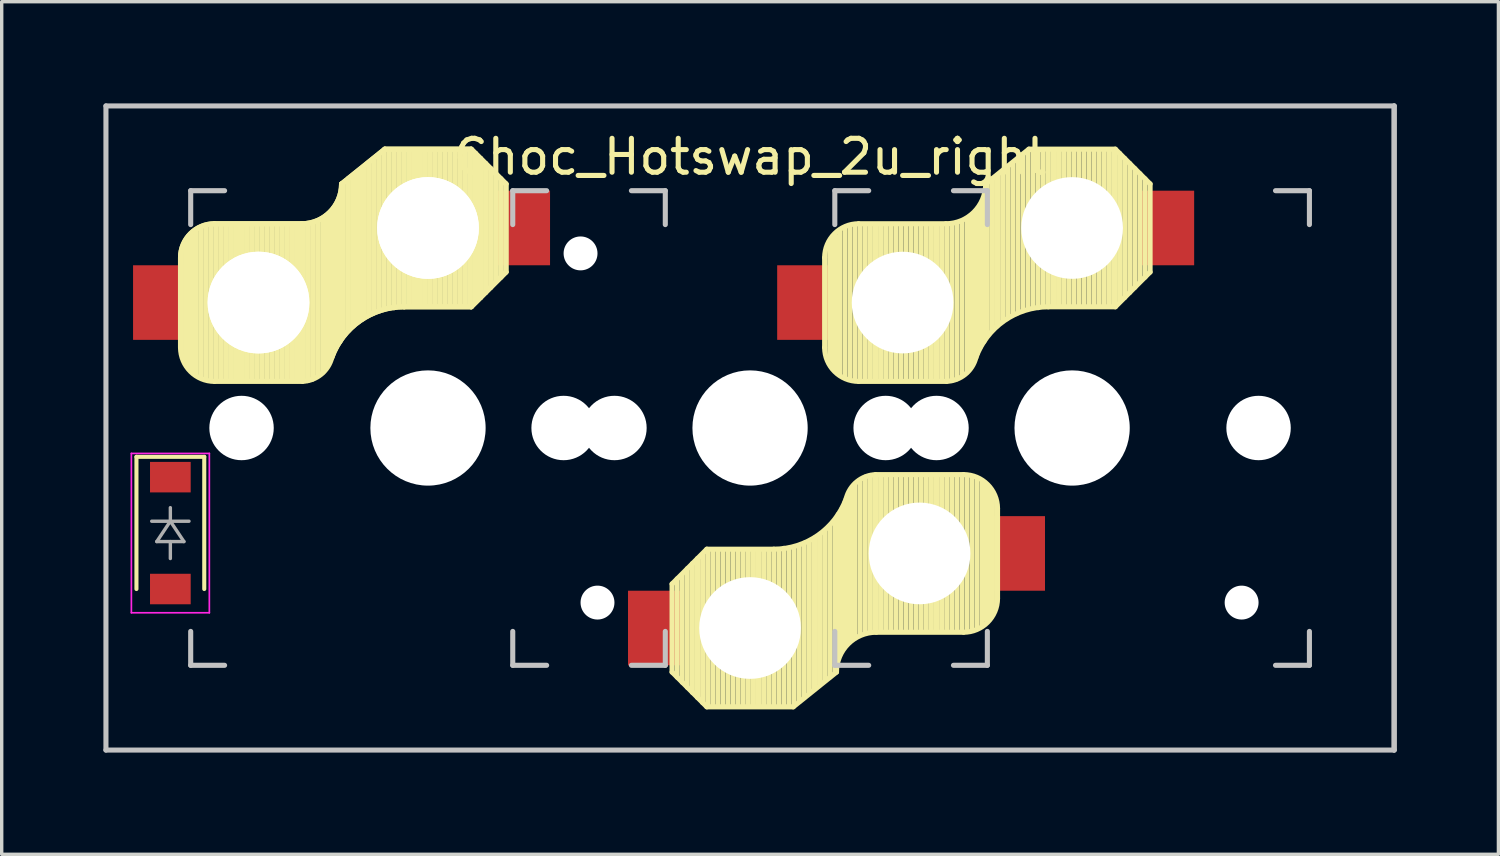
<source format=kicad_pcb>
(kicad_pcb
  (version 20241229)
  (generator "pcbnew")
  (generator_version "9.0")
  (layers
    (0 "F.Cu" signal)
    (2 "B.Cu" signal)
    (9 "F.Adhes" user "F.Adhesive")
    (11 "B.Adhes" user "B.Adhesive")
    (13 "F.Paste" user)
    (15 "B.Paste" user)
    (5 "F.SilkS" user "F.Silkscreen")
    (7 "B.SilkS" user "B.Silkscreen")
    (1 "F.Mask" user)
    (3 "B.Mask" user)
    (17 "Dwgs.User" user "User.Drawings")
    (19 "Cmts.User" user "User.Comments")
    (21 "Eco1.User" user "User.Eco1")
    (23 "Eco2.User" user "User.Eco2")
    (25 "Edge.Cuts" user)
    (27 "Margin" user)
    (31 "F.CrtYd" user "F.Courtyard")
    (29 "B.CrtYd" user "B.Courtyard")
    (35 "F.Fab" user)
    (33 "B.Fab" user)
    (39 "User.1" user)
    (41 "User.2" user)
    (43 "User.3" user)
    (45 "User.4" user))
  (footprint "Choc_Hotswap_2u_right"
    (layer "F.Cu")
    (at 19.075 9.575)
    (property "Reference" "Choc_Hotswap_2u_right" (at 0 -8 180) (layer "F.SilkS") (effects (font (size 1 1) (thickness 0.15))))
    (attr through_hole)
    (fp_line (start -18.1 0.85) (end -18.1 4.75) (stroke (width 0.12) (type solid)) (layer "F.SilkS"))
    (fp_line (start -16.8 -5.025) (end -16.8 -2.375) (stroke (width 0.15) (type solid)) (layer "F.SilkS"))
    (fp_line (start -16.8 -5.025) (end -16.8 -2.375) (stroke (width 0.15) (type solid)) (layer "F.SilkS"))
    (fp_line (start -16.65 -1.95) (end -16.65 -5.5) (stroke (width 0.15) (type solid)) (layer "F.SilkS"))
    (fp_line (start -16.65 -1.95) (end -16.65 -5.5) (stroke (width 0.15) (type solid)) (layer "F.SilkS"))
    (fp_line (start -16.55 -1.8) (end -16.55 -5.55) (stroke (width 0.15) (type solid)) (layer "F.SilkS"))
    (fp_line (start -16.55 -1.8) (end -16.55 -5.55) (stroke (width 0.15) (type solid)) (layer "F.SilkS"))
    (fp_line (start -16.45 -1.7) (end -16.45 -5.65) (stroke (width 0.15) (type solid)) (layer "F.SilkS"))
    (fp_line (start -16.45 -1.7) (end -16.45 -5.65) (stroke (width 0.15) (type solid)) (layer "F.SilkS"))
    (fp_line (start -16.35 -1.6) (end -16.35 -5.8) (stroke (width 0.15) (type solid)) (layer "F.SilkS"))
    (fp_line (start -16.35 -1.6) (end -16.35 -5.8) (stroke (width 0.15) (type solid)) (layer "F.SilkS"))
    (fp_line (start -16.2 -1.5) (end -16.2 -5.9) (stroke (width 0.15) (type solid)) (layer "F.SilkS"))
    (fp_line (start -16.2 -1.5) (end -16.2 -5.9) (stroke (width 0.15) (type solid)) (layer "F.SilkS"))
    (fp_line (start -16.1 0.85) (end -18.1 0.85) (stroke (width 0.12) (type solid)) (layer "F.SilkS"))
    (fp_line (start -16.1 0.85) (end -16.1 4.75) (stroke (width 0.12) (type solid)) (layer "F.SilkS"))
    (fp_line (start -16.05 -1.45) (end -16.05 -5.95) (stroke (width 0.15) (type solid)) (layer "F.SilkS"))
    (fp_line (start -16.05 -1.45) (end -16.05 -5.95) (stroke (width 0.15) (type solid)) (layer "F.SilkS"))
    (fp_line (start -15.9 -1.4) (end -15.9 -5.95) (stroke (width 0.15) (type solid)) (layer "F.SilkS"))
    (fp_line (start -15.9 -1.4) (end -15.9 -5.95) (stroke (width 0.15) (type solid)) (layer "F.SilkS"))
    (fp_line (start -15.8 -6.025) (end -13.225 -6.025) (stroke (width 0.15) (type solid)) (layer "F.SilkS"))
    (fp_line (start -15.8 -6.025) (end -13.225 -6.025) (stroke (width 0.15) (type solid)) (layer "F.SilkS"))
    (fp_line (start -15.8 -1.375) (end -13.2 -1.375) (stroke (width 0.15) (type solid)) (layer "F.SilkS"))
    (fp_line (start -15.75 -1.4) (end -15.75 -6) (stroke (width 0.15) (type solid)) (layer "F.SilkS"))
    (fp_line (start -15.75 -1.4) (end -15.75 -6) (stroke (width 0.15) (type solid)) (layer "F.SilkS"))
    (fp_line (start -15.6 -1.4) (end -15.6 -6) (stroke (width 0.15) (type solid)) (layer "F.SilkS"))
    (fp_line (start -15.6 -1.4) (end -15.6 -6) (stroke (width 0.15) (type solid)) (layer "F.SilkS"))
    (fp_line (start -15.45 -1.4) (end -15.45 -6) (stroke (width 0.15) (type solid)) (layer "F.SilkS"))
    (fp_line (start -15.45 -1.4) (end -15.45 -6) (stroke (width 0.15) (type solid)) (layer "F.SilkS"))
    (fp_line (start -15.3 -1.4) (end -15.3 -6) (stroke (width 0.15) (type solid)) (layer "F.SilkS"))
    (fp_line (start -15.3 -1.4) (end -15.3 -6) (stroke (width 0.15) (type solid)) (layer "F.SilkS"))
    (fp_line (start -15.15 -1.4) (end -15.15 -6) (stroke (width 0.15) (type solid)) (layer "F.SilkS"))
    (fp_line (start -15.15 -1.4) (end -15.15 -6) (stroke (width 0.15) (type solid)) (layer "F.SilkS"))
    (fp_line (start -15 -1.4) (end -15 -6) (stroke (width 0.15) (type solid)) (layer "F.SilkS"))
    (fp_line (start -15 -1.4) (end -15 -6) (stroke (width 0.15) (type solid)) (layer "F.SilkS"))
    (fp_line (start -14.85 -1.4) (end -14.85 -6) (stroke (width 0.15) (type solid)) (layer "F.SilkS"))
    (fp_line (start -14.85 -1.4) (end -14.85 -6) (stroke (width 0.15) (type solid)) (layer "F.SilkS"))
    (fp_line (start -14.7 -1.4) (end -14.7 -6) (stroke (width 0.15) (type solid)) (layer "F.SilkS"))
    (fp_line (start -14.7 -1.4) (end -14.7 -6) (stroke (width 0.15) (type solid)) (layer "F.SilkS"))
    (fp_line (start -14.55 -1.4) (end -14.55 -6) (stroke (width 0.15) (type solid)) (layer "F.SilkS"))
    (fp_line (start -14.55 -1.4) (end -14.55 -6) (stroke (width 0.15) (type solid)) (layer "F.SilkS"))
    (fp_line (start -14.4 -1.4) (end -14.4 -6) (stroke (width 0.15) (type solid)) (layer "F.SilkS"))
    (fp_line (start -14.4 -1.4) (end -14.4 -6) (stroke (width 0.15) (type solid)) (layer "F.SilkS"))
    (fp_line (start -14.25 -1.4) (end -14.25 -6) (stroke (width 0.15) (type solid)) (layer "F.SilkS"))
    (fp_line (start -14.25 -1.4) (end -14.25 -6) (stroke (width 0.15) (type solid)) (layer "F.SilkS"))
    (fp_line (start -14.1 -1.4) (end -14.1 -6) (stroke (width 0.15) (type solid)) (layer "F.SilkS"))
    (fp_line (start -14.1 -1.4) (end -14.1 -6) (stroke (width 0.15) (type solid)) (layer "F.SilkS"))
    (fp_line (start -13.95 -1.4) (end -13.95 -6) (stroke (width 0.15) (type solid)) (layer "F.SilkS"))
    (fp_line (start -13.95 -1.4) (end -13.95 -6) (stroke (width 0.15) (type solid)) (layer "F.SilkS"))
    (fp_line (start -13.8 -1.4) (end -13.8 -6) (stroke (width 0.15) (type solid)) (layer "F.SilkS"))
    (fp_line (start -13.8 -1.4) (end -13.8 -6) (stroke (width 0.15) (type solid)) (layer "F.SilkS"))
    (fp_line (start -13.65 -1.4) (end -13.65 -6) (stroke (width 0.15) (type solid)) (layer "F.SilkS"))
    (fp_line (start -13.65 -1.4) (end -13.65 -6) (stroke (width 0.15) (type solid)) (layer "F.SilkS"))
    (fp_line (start -13.5 -1.4) (end -13.5 -6) (stroke (width 0.15) (type solid)) (layer "F.SilkS"))
    (fp_line (start -13.5 -1.4) (end -13.5 -6) (stroke (width 0.15) (type solid)) (layer "F.SilkS"))
    (fp_line (start -13.35 -1.4) (end -13.35 -5.95) (stroke (width 0.15) (type solid)) (layer "F.SilkS"))
    (fp_line (start -13.35 -1.4) (end -13.35 -5.95) (stroke (width 0.15) (type solid)) (layer "F.SilkS"))
    (fp_line (start -13.2 -1.4) (end -13.2 -6) (stroke (width 0.15) (type solid)) (layer "F.SilkS"))
    (fp_line (start -13.2 -1.4) (end -13.2 -6) (stroke (width 0.15) (type solid)) (layer "F.SilkS"))
    (fp_line (start -13.05 -1.4) (end -13.05 -6) (stroke (width 0.15) (type solid)) (layer "F.SilkS"))
    (fp_line (start -13.05 -1.4) (end -13.05 -6) (stroke (width 0.15) (type solid)) (layer "F.SilkS"))
    (fp_line (start -12.9 -1.45) (end -12.9 -6) (stroke (width 0.15) (type solid)) (layer "F.SilkS"))
    (fp_line (start -12.9 -1.45) (end -12.9 -6) (stroke (width 0.15) (type solid)) (layer "F.SilkS"))
    (fp_line (start -12.75 -1.55) (end -12.75 -6.1) (stroke (width 0.15) (type solid)) (layer "F.SilkS"))
    (fp_line (start -12.75 -1.55) (end -12.75 -6.1) (stroke (width 0.15) (type solid)) (layer "F.SilkS"))
    (fp_line (start -12.6 -1.65) (end -12.6 -6.15) (stroke (width 0.15) (type solid)) (layer "F.SilkS"))
    (fp_line (start -12.6 -1.65) (end -12.6 -6.15) (stroke (width 0.15) (type solid)) (layer "F.SilkS"))
    (fp_line (start -12.5 -1.8) (end -12.5 -6.2) (stroke (width 0.15) (type solid)) (layer "F.SilkS"))
    (fp_line (start -12.5 -1.8) (end -12.5 -6.2) (stroke (width 0.15) (type solid)) (layer "F.SilkS"))
    (fp_line (start -12.4 -2.05) (end -12.4 -6.25) (stroke (width 0.15) (type solid)) (layer "F.SilkS"))
    (fp_line (start -12.4 -2.05) (end -12.4 -6.25) (stroke (width 0.15) (type solid)) (layer "F.SilkS"))
    (fp_line (start -12.3 -2.2) (end -12.3 -6.35) (stroke (width 0.15) (type solid)) (layer "F.SilkS"))
    (fp_line (start -12.3 -2.2) (end -12.3 -6.35) (stroke (width 0.15) (type solid)) (layer "F.SilkS"))
    (fp_line (start -12.2 -2.4) (end -12.2 -6.55) (stroke (width 0.15) (type solid)) (layer "F.SilkS"))
    (fp_line (start -12.2 -2.4) (end -12.2 -6.55) (stroke (width 0.15) (type solid)) (layer "F.SilkS"))
    (fp_line (start -12.1 -2.55) (end -12.1 -6.7) (stroke (width 0.15) (type solid)) (layer "F.SilkS"))
    (fp_line (start -12.1 -2.55) (end -12.1 -6.7) (stroke (width 0.15) (type solid)) (layer "F.SilkS"))
    (fp_line (start -12 -2.75) (end -12 -7.2) (stroke (width 0.15) (type solid)) (layer "F.SilkS"))
    (fp_line (start -12 -2.75) (end -12 -7.2) (stroke (width 0.15) (type solid)) (layer "F.SilkS"))
    (fp_line (start -11.85 -2.9) (end -11.85 -7.35) (stroke (width 0.15) (type solid)) (layer "F.SilkS"))
    (fp_line (start -11.85 -2.9) (end -11.85 -7.35) (stroke (width 0.15) (type solid)) (layer "F.SilkS"))
    (fp_line (start -11.7 -3.05) (end -11.7 -7.45) (stroke (width 0.15) (type solid)) (layer "F.SilkS"))
    (fp_line (start -11.7 -3.05) (end -11.7 -7.45) (stroke (width 0.15) (type solid)) (layer "F.SilkS"))
    (fp_line (start -11.55 -3.15) (end -11.55 -7.55) (stroke (width 0.15) (type solid)) (layer "F.SilkS"))
    (fp_line (start -11.55 -3.15) (end -11.55 -7.55) (stroke (width 0.15) (type solid)) (layer "F.SilkS"))
    (fp_line (start -11.4 -3.25) (end -11.4 -7.7) (stroke (width 0.15) (type solid)) (layer "F.SilkS"))
    (fp_line (start -11.4 -3.25) (end -11.4 -7.7) (stroke (width 0.15) (type solid)) (layer "F.SilkS"))
    (fp_line (start -11.25 -3.35) (end -11.25 -7.8) (stroke (width 0.15) (type solid)) (layer "F.SilkS"))
    (fp_line (start -11.25 -3.35) (end -11.25 -7.8) (stroke (width 0.15) (type solid)) (layer "F.SilkS"))
    (fp_line (start -11.1 -3.4) (end -11.1 -7.95) (stroke (width 0.15) (type solid)) (layer "F.SilkS"))
    (fp_line (start -11.1 -3.4) (end -11.1 -7.95) (stroke (width 0.15) (type solid)) (layer "F.SilkS"))
    (fp_line (start -10.95 -3.5) (end -10.95 -8.05) (stroke (width 0.15) (type solid)) (layer "F.SilkS"))
    (fp_line (start -10.95 -3.5) (end -10.95 -8.05) (stroke (width 0.15) (type solid)) (layer "F.SilkS"))
    (fp_line (start -10.8 -3.55) (end -10.8 -8.15) (stroke (width 0.15) (type solid)) (layer "F.SilkS"))
    (fp_line (start -10.8 -3.55) (end -10.8 -8.15) (stroke (width 0.15) (type solid)) (layer "F.SilkS"))
    (fp_line (start -10.775 -8.225) (end -12.05 -7.2) (stroke (width 0.15) (type solid)) (layer "F.SilkS"))
    (fp_line (start -10.775 -8.225) (end -12.05 -7.2) (stroke (width 0.15) (type solid)) (layer "F.SilkS"))
    (fp_line (start -10.775 -8.225) (end -8.225 -8.225) (stroke (width 0.15) (type solid)) (layer "F.SilkS"))
    (fp_line (start -10.775 -8.225) (end -8.225 -8.225) (stroke (width 0.15) (type solid)) (layer "F.SilkS"))
    (fp_line (start -10.65 -3.55) (end -10.65 -8.2) (stroke (width 0.15) (type solid)) (layer "F.SilkS"))
    (fp_line (start -10.65 -3.55) (end -10.65 -8.2) (stroke (width 0.15) (type solid)) (layer "F.SilkS"))
    (fp_line (start -10.5 -3.55) (end -10.5 -8.2) (stroke (width 0.15) (type solid)) (layer "F.SilkS"))
    (fp_line (start -10.5 -3.55) (end -10.5 -8.2) (stroke (width 0.15) (type solid)) (layer "F.SilkS"))
    (fp_line (start -10.35 -3.6) (end -10.35 -8.15) (stroke (width 0.15) (type solid)) (layer "F.SilkS"))
    (fp_line (start -10.35 -3.6) (end -10.35 -8.15) (stroke (width 0.15) (type solid)) (layer "F.SilkS"))
    (fp_line (start -10.2 -3.6) (end -10.2 -8.2) (stroke (width 0.15) (type solid)) (layer "F.SilkS"))
    (fp_line (start -10.2 -3.6) (end -10.2 -8.2) (stroke (width 0.15) (type solid)) (layer "F.SilkS"))
    (fp_line (start -10.2 -3.575) (end -8.225 -3.575) (stroke (width 0.15) (type solid)) (layer "F.SilkS"))
    (fp_line (start -10.2 -3.575) (end -8.225 -3.575) (stroke (width 0.15) (type solid)) (layer "F.SilkS"))
    (fp_line (start -10.05 -3.6) (end -10.05 -8.2) (stroke (width 0.15) (type solid)) (layer "F.SilkS"))
    (fp_line (start -10.05 -3.6) (end -10.05 -8.2) (stroke (width 0.15) (type solid)) (layer "F.SilkS"))
    (fp_line (start -9.9 -3.6) (end -9.9 -8.2) (stroke (width 0.15) (type solid)) (layer "F.SilkS"))
    (fp_line (start -9.9 -3.6) (end -9.9 -8.2) (stroke (width 0.15) (type solid)) (layer "F.SilkS"))
    (fp_line (start -9.75 -3.6) (end -9.75 -8.2) (stroke (width 0.15) (type solid)) (layer "F.SilkS"))
    (fp_line (start -9.75 -3.6) (end -9.75 -8.2) (stroke (width 0.15) (type solid)) (layer "F.SilkS"))
    (fp_line (start -9.6 -3.6) (end -9.6 -8.2) (stroke (width 0.15) (type solid)) (layer "F.SilkS"))
    (fp_line (start -9.6 -3.6) (end -9.6 -8.2) (stroke (width 0.15) (type solid)) (layer "F.SilkS"))
    (fp_line (start -9.45 -3.6) (end -9.45 -8.2) (stroke (width 0.15) (type solid)) (layer "F.SilkS"))
    (fp_line (start -9.45 -3.6) (end -9.45 -8.2) (stroke (width 0.15) (type solid)) (layer "F.SilkS"))
    (fp_line (start -9.3 -3.6) (end -9.3 -8.2) (stroke (width 0.15) (type solid)) (layer "F.SilkS"))
    (fp_line (start -9.3 -3.6) (end -9.3 -8.2) (stroke (width 0.15) (type solid)) (layer "F.SilkS"))
    (fp_line (start -9.15 -3.6) (end -9.15 -8.2) (stroke (width 0.15) (type solid)) (layer "F.SilkS"))
    (fp_line (start -9.15 -3.6) (end -9.15 -8.2) (stroke (width 0.15) (type solid)) (layer "F.SilkS"))
    (fp_line (start -9 -3.6) (end -9 -8.2) (stroke (width 0.15) (type solid)) (layer "F.SilkS"))
    (fp_line (start -9 -3.6) (end -9 -8.2) (stroke (width 0.15) (type solid)) (layer "F.SilkS"))
    (fp_line (start -8.85 -3.6) (end -8.85 -8.2) (stroke (width 0.15) (type solid)) (layer "F.SilkS"))
    (fp_line (start -8.85 -3.6) (end -8.85 -8.2) (stroke (width 0.15) (type solid)) (layer "F.SilkS"))
    (fp_line (start -8.7 -3.6) (end -8.7 -8.2) (stroke (width 0.15) (type solid)) (layer "F.SilkS"))
    (fp_line (start -8.7 -3.6) (end -8.7 -8.2) (stroke (width 0.15) (type solid)) (layer "F.SilkS"))
    (fp_line (start -8.55 -3.6) (end -8.55 -8.2) (stroke (width 0.15) (type solid)) (layer "F.SilkS"))
    (fp_line (start -8.55 -3.6) (end -8.55 -8.2) (stroke (width 0.15) (type solid)) (layer "F.SilkS"))
    (fp_line (start -8.4 -3.6) (end -8.4 -8.2) (stroke (width 0.15) (type solid)) (layer "F.SilkS"))
    (fp_line (start -8.4 -3.6) (end -8.4 -8.2) (stroke (width 0.15) (type solid)) (layer "F.SilkS"))
    (fp_line (start -8.25 -3.6) (end -8.25 -8.2) (stroke (width 0.15) (type solid)) (layer "F.SilkS"))
    (fp_line (start -8.25 -3.6) (end -8.25 -8.2) (stroke (width 0.15) (type solid)) (layer "F.SilkS"))
    (fp_line (start -8.1 -3.75) (end -8.1 -8.1) (stroke (width 0.15) (type solid)) (layer "F.SilkS"))
    (fp_line (start -8.1 -3.75) (end -8.1 -8.1) (stroke (width 0.15) (type solid)) (layer "F.SilkS"))
    (fp_line (start -7.95 -3.85) (end -7.95 -7.95) (stroke (width 0.15) (type solid)) (layer "F.SilkS"))
    (fp_line (start -7.95 -3.85) (end -7.95 -7.95) (stroke (width 0.15) (type solid)) (layer "F.SilkS"))
    (fp_line (start -7.8 -4) (end -7.8 -7.8) (stroke (width 0.15) (type solid)) (layer "F.SilkS"))
    (fp_line (start -7.8 -4) (end -7.8 -7.8) (stroke (width 0.15) (type solid)) (layer "F.SilkS"))
    (fp_line (start -7.65 -4.15) (end -7.65 -7.65) (stroke (width 0.15) (type solid)) (layer "F.SilkS"))
    (fp_line (start -7.65 -4.15) (end -7.65 -7.65) (stroke (width 0.15) (type solid)) (layer "F.SilkS"))
    (fp_line (start -7.5 -4.35) (end -7.5 -7.5) (stroke (width 0.15) (type solid)) (layer "F.SilkS"))
    (fp_line (start -7.5 -4.35) (end -7.5 -7.5) (stroke (width 0.15) (type solid)) (layer "F.SilkS"))
    (fp_line (start -7.35 -4.45) (end -7.35 -7.35) (stroke (width 0.15) (type solid)) (layer "F.SilkS"))
    (fp_line (start -7.35 -4.45) (end -7.35 -7.35) (stroke (width 0.15) (type solid)) (layer "F.SilkS"))
    (fp_line (start -7.2 -7.2) (end -8.225 -8.225) (stroke (width 0.15) (type solid)) (layer "F.SilkS"))
    (fp_line (start -7.2 -7.2) (end -8.225 -8.225) (stroke (width 0.15) (type solid)) (layer "F.SilkS"))
    (fp_line (start -7.2 -7.2) (end -7.2 -4.6) (stroke (width 0.15) (type solid)) (layer "F.SilkS"))
    (fp_line (start -7.2 -7.2) (end -7.2 -4.6) (stroke (width 0.15) (type solid)) (layer "F.SilkS"))
    (fp_line (start -7.2 -4.6) (end -8.225 -3.575) (stroke (width 0.15) (type solid)) (layer "F.SilkS"))
    (fp_line (start -7.2 -4.6) (end -8.225 -3.575) (stroke (width 0.15) (type solid)) (layer "F.SilkS"))
    (fp_line (start -2.3 4.6) (end -1.275 3.575) (stroke (width 0.15) (type solid)) (layer "F.SilkS"))
    (fp_line (start -2.3 7.2) (end -2.3 4.6) (stroke (width 0.15) (type solid)) (layer "F.SilkS"))
    (fp_line (start -2.3 7.2) (end -1.275 8.225) (stroke (width 0.15) (type solid)) (layer "F.SilkS"))
    (fp_line (start -2.15 4.45) (end -2.15 7.35) (stroke (width 0.15) (type solid)) (layer "F.SilkS"))
    (fp_line (start -2 4.35) (end -2 7.5) (stroke (width 0.15) (type solid)) (layer "F.SilkS"))
    (fp_line (start -1.85 4.15) (end -1.85 7.65) (stroke (width 0.15) (type solid)) (layer "F.SilkS"))
    (fp_line (start -1.7 4) (end -1.7 7.8) (stroke (width 0.15) (type solid)) (layer "F.SilkS"))
    (fp_line (start -1.55 3.85) (end -1.55 7.95) (stroke (width 0.15) (type solid)) (layer "F.SilkS"))
    (fp_line (start -1.4 3.75) (end -1.4 8.1) (stroke (width 0.15) (type solid)) (layer "F.SilkS"))
    (fp_line (start -1.25 3.6) (end -1.25 8.2) (stroke (width 0.15) (type solid)) (layer "F.SilkS"))
    (fp_line (start -1.1 3.6) (end -1.1 8.2) (stroke (width 0.15) (type solid)) (layer "F.SilkS"))
    (fp_line (start -0.95 3.6) (end -0.95 8.2) (stroke (width 0.15) (type solid)) (layer "F.SilkS"))
    (fp_line (start -0.8 3.6) (end -0.8 8.2) (stroke (width 0.15) (type solid)) (layer "F.SilkS"))
    (fp_line (start -0.65 3.6) (end -0.65 8.2) (stroke (width 0.15) (type solid)) (layer "F.SilkS"))
    (fp_line (start -0.5 3.6) (end -0.5 8.2) (stroke (width 0.15) (type solid)) (layer "F.SilkS"))
    (fp_line (start -0.35 3.6) (end -0.35 8.2) (stroke (width 0.15) (type solid)) (layer "F.SilkS"))
    (fp_line (start -0.2 3.6) (end -0.2 8.2) (stroke (width 0.15) (type solid)) (layer "F.SilkS"))
    (fp_line (start -0.05 3.6) (end -0.05 8.2) (stroke (width 0.15) (type solid)) (layer "F.SilkS"))
    (fp_line (start 0.1 3.6) (end 0.1 8.2) (stroke (width 0.15) (type solid)) (layer "F.SilkS"))
    (fp_line (start 0.25 3.6) (end 0.25 8.2) (stroke (width 0.15) (type solid)) (layer "F.SilkS"))
    (fp_line (start 0.4 3.6) (end 0.4 8.2) (stroke (width 0.15) (type solid)) (layer "F.SilkS"))
    (fp_line (start 0.55 3.6) (end 0.55 8.2) (stroke (width 0.15) (type solid)) (layer "F.SilkS"))
    (fp_line (start 0.7 3.575) (end -1.275 3.575) (stroke (width 0.15) (type solid)) (layer "F.SilkS"))
    (fp_line (start 0.7 3.6) (end 0.7 8.2) (stroke (width 0.15) (type solid)) (layer "F.SilkS"))
    (fp_line (start 0.85 3.6) (end 0.85 8.15) (stroke (width 0.15) (type solid)) (layer "F.SilkS"))
    (fp_line (start 1 3.55) (end 1 8.2) (stroke (width 0.15) (type solid)) (layer "F.SilkS"))
    (fp_line (start 1.15 3.55) (end 1.15 8.2) (stroke (width 0.15) (type solid)) (layer "F.SilkS"))
    (fp_line (start 1.275 8.225) (end -1.275 8.225) (stroke (width 0.15) (type solid)) (layer "F.SilkS"))
    (fp_line (start 1.275 8.225) (end 2.55 7.2) (stroke (width 0.15) (type solid)) (layer "F.SilkS"))
    (fp_line (start 1.3 3.55) (end 1.3 8.15) (stroke (width 0.15) (type solid)) (layer "F.SilkS"))
    (fp_line (start 1.45 3.5) (end 1.45 8.05) (stroke (width 0.15) (type solid)) (layer "F.SilkS"))
    (fp_line (start 1.6 3.4) (end 1.6 7.95) (stroke (width 0.15) (type solid)) (layer "F.SilkS"))
    (fp_line (start 1.75 3.35) (end 1.75 7.8) (stroke (width 0.15) (type solid)) (layer "F.SilkS"))
    (fp_line (start 1.9 3.25) (end 1.9 7.7) (stroke (width 0.15) (type solid)) (layer "F.SilkS"))
    (fp_line (start 2.05 3.15) (end 2.05 7.55) (stroke (width 0.15) (type solid)) (layer "F.SilkS"))
    (fp_line (start 2.2 -5.025) (end 2.2 -2.375) (stroke (width 0.15) (type solid)) (layer "F.SilkS"))
    (fp_line (start 2.2 3.05) (end 2.2 7.45) (stroke (width 0.15) (type solid)) (layer "F.SilkS"))
    (fp_line (start 2.35 -1.95) (end 2.35 -5.5) (stroke (width 0.15) (type solid)) (layer "F.SilkS"))
    (fp_line (start 2.35 2.9) (end 2.35 7.35) (stroke (width 0.15) (type solid)) (layer "F.SilkS"))
    (fp_line (start 2.45 -1.8) (end 2.45 -5.55) (stroke (width 0.15) (type solid)) (layer "F.SilkS"))
    (fp_line (start 2.5 2.75) (end 2.5 7.2) (stroke (width 0.15) (type solid)) (layer "F.SilkS"))
    (fp_line (start 2.55 -1.7) (end 2.55 -5.65) (stroke (width 0.15) (type solid)) (layer "F.SilkS"))
    (fp_line (start 2.6 2.55) (end 2.6 6.7) (stroke (width 0.15) (type solid)) (layer "F.SilkS"))
    (fp_line (start 2.65 -1.6) (end 2.65 -5.8) (stroke (width 0.15) (type solid)) (layer "F.SilkS"))
    (fp_line (start 2.7 2.4) (end 2.7 6.55) (stroke (width 0.15) (type solid)) (layer "F.SilkS"))
    (fp_line (start 2.8 -1.5) (end 2.8 -5.9) (stroke (width 0.15) (type solid)) (layer "F.SilkS"))
    (fp_line (start 2.8 2.2) (end 2.8 6.35) (stroke (width 0.15) (type solid)) (layer "F.SilkS"))
    (fp_line (start 2.9 2.05) (end 2.9 6.25) (stroke (width 0.15) (type solid)) (layer "F.SilkS"))
    (fp_line (start 2.95 -1.45) (end 2.95 -5.95) (stroke (width 0.15) (type solid)) (layer "F.SilkS"))
    (fp_line (start 3 1.8) (end 3 6.2) (stroke (width 0.15) (type solid)) (layer "F.SilkS"))
    (fp_line (start 3.1 -1.4) (end 3.1 -5.95) (stroke (width 0.15) (type solid)) (layer "F.SilkS"))
    (fp_line (start 3.1 1.65) (end 3.1 6.15) (stroke (width 0.15) (type solid)) (layer "F.SilkS"))
    (fp_line (start 3.2 -6.025) (end 5.775 -6.025) (stroke (width 0.15) (type solid)) (layer "F.SilkS"))
    (fp_line (start 3.2 -1.375) (end 5.8 -1.375) (stroke (width 0.15) (type solid)) (layer "F.SilkS"))
    (fp_line (start 3.25 -1.4) (end 3.25 -6) (stroke (width 0.15) (type solid)) (layer "F.SilkS"))
    (fp_line (start 3.25 1.55) (end 3.25 6.1) (stroke (width 0.15) (type solid)) (layer "F.SilkS"))
    (fp_line (start 3.4 -1.4) (end 3.4 -6) (stroke (width 0.15) (type solid)) (layer "F.SilkS"))
    (fp_line (start 3.4 1.45) (end 3.4 6) (stroke (width 0.15) (type solid)) (layer "F.SilkS"))
    (fp_line (start 3.55 -1.4) (end 3.55 -6) (stroke (width 0.15) (type solid)) (layer "F.SilkS"))
    (fp_line (start 3.55 1.4) (end 3.55 6) (stroke (width 0.15) (type solid)) (layer "F.SilkS"))
    (fp_line (start 3.7 -1.4) (end 3.7 -6) (stroke (width 0.15) (type solid)) (layer "F.SilkS"))
    (fp_line (start 3.7 1.4) (end 3.7 6) (stroke (width 0.15) (type solid)) (layer "F.SilkS"))
    (fp_line (start 3.85 -1.4) (end 3.85 -6) (stroke (width 0.15) (type solid)) (layer "F.SilkS"))
    (fp_line (start 3.85 1.4) (end 3.85 5.95) (stroke (width 0.15) (type solid)) (layer "F.SilkS"))
    (fp_line (start 4 -1.4) (end 4 -6) (stroke (width 0.15) (type solid)) (layer "F.SilkS"))
    (fp_line (start 4 1.4) (end 4 6) (stroke (width 0.15) (type solid)) (layer "F.SilkS"))
    (fp_line (start 4.15 -1.4) (end 4.15 -6) (stroke (width 0.15) (type solid)) (layer "F.SilkS"))
    (fp_line (start 4.15 1.4) (end 4.15 6) (stroke (width 0.15) (type solid)) (layer "F.SilkS"))
    (fp_line (start 4.3 -1.4) (end 4.3 -6) (stroke (width 0.15) (type solid)) (layer "F.SilkS"))
    (fp_line (start 4.3 1.4) (end 4.3 6) (stroke (width 0.15) (type solid)) (layer "F.SilkS"))
    (fp_line (start 4.45 -1.4) (end 4.45 -6) (stroke (width 0.15) (type solid)) (layer "F.SilkS"))
    (fp_line (start 4.45 1.4) (end 4.45 6) (stroke (width 0.15) (type solid)) (layer "F.SilkS"))
    (fp_line (start 4.6 -1.4) (end 4.6 -6) (stroke (width 0.15) (type solid)) (layer "F.SilkS"))
    (fp_line (start 4.6 1.4) (end 4.6 6) (stroke (width 0.15) (type solid)) (layer "F.SilkS"))
    (fp_line (start 4.75 -1.4) (end 4.75 -6) (stroke (width 0.15) (type solid)) (layer "F.SilkS"))
    (fp_line (start 4.75 1.4) (end 4.75 6) (stroke (width 0.15) (type solid)) (layer "F.SilkS"))
    (fp_line (start 4.9 -1.4) (end 4.9 -6) (stroke (width 0.15) (type solid)) (layer "F.SilkS"))
    (fp_line (start 4.9 1.4) (end 4.9 6) (stroke (width 0.15) (type solid)) (layer "F.SilkS"))
    (fp_line (start 5.05 -1.4) (end 5.05 -6) (stroke (width 0.15) (type solid)) (layer "F.SilkS"))
    (fp_line (start 5.05 1.4) (end 5.05 6) (stroke (width 0.15) (type solid)) (layer "F.SilkS"))
    (fp_line (start 5.2 -1.4) (end 5.2 -6) (stroke (width 0.15) (type solid)) (layer "F.SilkS"))
    (fp_line (start 5.2 1.4) (end 5.2 6) (stroke (width 0.15) (type solid)) (layer "F.SilkS"))
    (fp_line (start 5.35 -1.4) (end 5.35 -6) (stroke (width 0.15) (type solid)) (layer "F.SilkS"))
    (fp_line (start 5.35 1.4) (end 5.35 6) (stroke (width 0.15) (type solid)) (layer "F.SilkS"))
    (fp_line (start 5.5 -1.4) (end 5.5 -6) (stroke (width 0.15) (type solid)) (layer "F.SilkS"))
    (fp_line (start 5.5 1.4) (end 5.5 6) (stroke (width 0.15) (type solid)) (layer "F.SilkS"))
    (fp_line (start 5.65 -1.4) (end 5.65 -5.95) (stroke (width 0.15) (type solid)) (layer "F.SilkS"))
    (fp_line (start 5.65 1.4) (end 5.65 6) (stroke (width 0.15) (type solid)) (layer "F.SilkS"))
    (fp_line (start 5.8 -1.4) (end 5.8 -6) (stroke (width 0.15) (type solid)) (layer "F.SilkS"))
    (fp_line (start 5.8 1.4) (end 5.8 6) (stroke (width 0.15) (type solid)) (layer "F.SilkS"))
    (fp_line (start 5.95 -1.4) (end 5.95 -6) (stroke (width 0.15) (type solid)) (layer "F.SilkS"))
    (fp_line (start 5.95 1.4) (end 5.95 6) (stroke (width 0.15) (type solid)) (layer "F.SilkS"))
    (fp_line (start 6.1 -1.45) (end 6.1 -6) (stroke (width 0.15) (type solid)) (layer "F.SilkS"))
    (fp_line (start 6.1 1.4) (end 6.1 6) (stroke (width 0.15) (type solid)) (layer "F.SilkS"))
    (fp_line (start 6.25 -1.55) (end 6.25 -6.1) (stroke (width 0.15) (type solid)) (layer "F.SilkS"))
    (fp_line (start 6.25 1.4) (end 6.25 6) (stroke (width 0.15) (type solid)) (layer "F.SilkS"))
    (fp_line (start 6.3 1.375) (end 3.7 1.375) (stroke (width 0.15) (type solid)) (layer "F.SilkS"))
    (fp_line (start 6.3 6.025) (end 3.725 6.025) (stroke (width 0.15) (type solid)) (layer "F.SilkS"))
    (fp_line (start 6.4 -1.65) (end 6.4 -6.15) (stroke (width 0.15) (type solid)) (layer "F.SilkS"))
    (fp_line (start 6.4 1.4) (end 6.4 5.95) (stroke (width 0.15) (type solid)) (layer "F.SilkS"))
    (fp_line (start 6.5 -1.8) (end 6.5 -6.2) (stroke (width 0.15) (type solid)) (layer "F.SilkS"))
    (fp_line (start 6.55 1.45) (end 6.55 5.95) (stroke (width 0.15) (type solid)) (layer "F.SilkS"))
    (fp_line (start 6.6 -2.05) (end 6.6 -6.25) (stroke (width 0.15) (type solid)) (layer "F.SilkS"))
    (fp_line (start 6.7 -2.2) (end 6.7 -6.35) (stroke (width 0.15) (type solid)) (layer "F.SilkS"))
    (fp_line (start 6.7 1.5) (end 6.7 5.9) (stroke (width 0.15) (type solid)) (layer "F.SilkS"))
    (fp_line (start 6.8 -2.4) (end 6.8 -6.55) (stroke (width 0.15) (type solid)) (layer "F.SilkS"))
    (fp_line (start 6.85 1.6) (end 6.85 5.8) (stroke (width 0.15) (type solid)) (layer "F.SilkS"))
    (fp_line (start 6.9 -2.55) (end 6.9 -6.7) (stroke (width 0.15) (type solid)) (layer "F.SilkS"))
    (fp_line (start 6.95 1.7) (end 6.95 5.65) (stroke (width 0.15) (type solid)) (layer "F.SilkS"))
    (fp_line (start 7 -2.75) (end 7 -7.2) (stroke (width 0.15) (type solid)) (layer "F.SilkS"))
    (fp_line (start 7.05 1.8) (end 7.05 5.55) (stroke (width 0.15) (type solid)) (layer "F.SilkS"))
    (fp_line (start 7.15 -2.9) (end 7.15 -7.35) (stroke (width 0.15) (type solid)) (layer "F.SilkS"))
    (fp_line (start 7.15 1.95) (end 7.15 5.5) (stroke (width 0.15) (type solid)) (layer "F.SilkS"))
    (fp_line (start 7.3 -3.05) (end 7.3 -7.45) (stroke (width 0.15) (type solid)) (layer "F.SilkS"))
    (fp_line (start 7.3 5.025) (end 7.3 2.375) (stroke (width 0.15) (type solid)) (layer "F.SilkS"))
    (fp_line (start 7.45 -3.15) (end 7.45 -7.55) (stroke (width 0.15) (type solid)) (layer "F.SilkS"))
    (fp_line (start 7.6 -3.25) (end 7.6 -7.7) (stroke (width 0.15) (type solid)) (layer "F.SilkS"))
    (fp_line (start 7.75 -3.35) (end 7.75 -7.8) (stroke (width 0.15) (type solid)) (layer "F.SilkS"))
    (fp_line (start 7.9 -3.4) (end 7.9 -7.95) (stroke (width 0.15) (type solid)) (layer "F.SilkS"))
    (fp_line (start 8.05 -3.5) (end 8.05 -8.05) (stroke (width 0.15) (type solid)) (layer "F.SilkS"))
    (fp_line (start 8.2 -3.55) (end 8.2 -8.15) (stroke (width 0.15) (type solid)) (layer "F.SilkS"))
    (fp_line (start 8.225 -8.225) (end 6.95 -7.2) (stroke (width 0.15) (type solid)) (layer "F.SilkS"))
    (fp_line (start 8.225 -8.225) (end 10.775 -8.225) (stroke (width 0.15) (type solid)) (layer "F.SilkS"))
    (fp_line (start 8.35 -3.55) (end 8.35 -8.2) (stroke (width 0.15) (type solid)) (layer "F.SilkS"))
    (fp_line (start 8.5 -3.55) (end 8.5 -8.2) (stroke (width 0.15) (type solid)) (layer "F.SilkS"))
    (fp_line (start 8.65 -3.6) (end 8.65 -8.15) (stroke (width 0.15) (type solid)) (layer "F.SilkS"))
    (fp_line (start 8.8 -3.6) (end 8.8 -8.2) (stroke (width 0.15) (type solid)) (layer "F.SilkS"))
    (fp_line (start 8.8 -3.575) (end 10.775 -3.575) (stroke (width 0.15) (type solid)) (layer "F.SilkS"))
    (fp_line (start 8.95 -3.6) (end 8.95 -8.2) (stroke (width 0.15) (type solid)) (layer "F.SilkS"))
    (fp_line (start 9.1 -3.6) (end 9.1 -8.2) (stroke (width 0.15) (type solid)) (layer "F.SilkS"))
    (fp_line (start 9.25 -3.6) (end 9.25 -8.2) (stroke (width 0.15) (type solid)) (layer "F.SilkS"))
    (fp_line (start 9.4 -3.6) (end 9.4 -8.2) (stroke (width 0.15) (type solid)) (layer "F.SilkS"))
    (fp_line (start 9.55 -3.6) (end 9.55 -8.2) (stroke (width 0.15) (type solid)) (layer "F.SilkS"))
    (fp_line (start 9.7 -3.6) (end 9.7 -8.2) (stroke (width 0.15) (type solid)) (layer "F.SilkS"))
    (fp_line (start 9.85 -3.6) (end 9.85 -8.2) (stroke (width 0.15) (type solid)) (layer "F.SilkS"))
    (fp_line (start 10 -3.6) (end 10 -8.2) (stroke (width 0.15) (type solid)) (layer "F.SilkS"))
    (fp_line (start 10.15 -3.6) (end 10.15 -8.2) (stroke (width 0.15) (type solid)) (layer "F.SilkS"))
    (fp_line (start 10.3 -3.6) (end 10.3 -8.2) (stroke (width 0.15) (type solid)) (layer "F.SilkS"))
    (fp_line (start 10.45 -3.6) (end 10.45 -8.2) (stroke (width 0.15) (type solid)) (layer "F.SilkS"))
    (fp_line (start 10.6 -3.6) (end 10.6 -8.2) (stroke (width 0.15) (type solid)) (layer "F.SilkS"))
    (fp_line (start 10.75 -3.6) (end 10.75 -8.2) (stroke (width 0.15) (type solid)) (layer "F.SilkS"))
    (fp_line (start 10.9 -3.75) (end 10.9 -8.1) (stroke (width 0.15) (type solid)) (layer "F.SilkS"))
    (fp_line (start 11.05 -3.85) (end 11.05 -7.95) (stroke (width 0.15) (type solid)) (layer "F.SilkS"))
    (fp_line (start 11.2 -4) (end 11.2 -7.8) (stroke (width 0.15) (type solid)) (layer "F.SilkS"))
    (fp_line (start 11.35 -4.15) (end 11.35 -7.65) (stroke (width 0.15) (type solid)) (layer "F.SilkS"))
    (fp_line (start 11.5 -4.35) (end 11.5 -7.5) (stroke (width 0.15) (type solid)) (layer "F.SilkS"))
    (fp_line (start 11.65 -4.45) (end 11.65 -7.35) (stroke (width 0.15) (type solid)) (layer "F.SilkS"))
    (fp_line (start 11.8 -7.2) (end 10.775 -8.225) (stroke (width 0.15) (type solid)) (layer "F.SilkS"))
    (fp_line (start 11.8 -7.2) (end 11.8 -4.6) (stroke (width 0.15) (type solid)) (layer "F.SilkS"))
    (fp_line (start 11.8 -4.6) (end 10.775 -3.575) (stroke (width 0.15) (type solid)) (layer "F.SilkS"))
    (fp_arc (start -16.8 -5.025) (mid -16.507107 -5.732107) (end -15.8 -6.025) (stroke (width 0.15) (type solid)) (layer "F.SilkS"))
    (fp_arc (start -16.8 -5.025) (mid -16.507107 -5.732107) (end -15.8 -6.025) (stroke (width 0.15) (type solid)) (layer "F.SilkS"))
    (fp_arc (start -15.8 -1.375) (mid -16.507107 -1.667893) (end -16.8 -2.375) (stroke (width 0.15) (type solid)) (layer "F.SilkS"))
    (fp_arc (start -12.337801 -2.078096) (mid -12.651717 -1.583981) (end -13.199005 -1.376209) (stroke (width 0.15) (type solid)) (layer "F.SilkS"))
    (fp_arc (start -12.337801 -2.078096) (mid -11.504887 -3.163571) (end -10.2 -3.575) (stroke (width 0.15) (type solid)) (layer "F.SilkS"))
    (fp_arc (start -12.337801 -2.078096) (mid -11.504887 -3.163571) (end -10.2 -3.575) (stroke (width 0.15) (type solid)) (layer "F.SilkS"))
    (fp_arc (start -12.05 -7.2) (mid -12.39415 -6.36915) (end -13.225 -6.025) (stroke (width 0.15) (type solid)) (layer "F.SilkS"))
    (fp_arc (start -12.05 -7.2) (mid -12.39415 -6.36915) (end -13.225 -6.025) (stroke (width 0.15) (type solid)) (layer "F.SilkS"))
    (fp_arc (start 2.2 -5.025) (mid 2.492893 -5.732107) (end 3.2 -6.025) (stroke (width 0.15) (type solid)) (layer "F.SilkS"))
    (fp_arc (start 2.55 7.2) (mid 2.89415 6.36915) (end 3.725 6.025) (stroke (width 0.15) (type solid)) (layer "F.SilkS"))
    (fp_arc (start 2.837801 2.078096) (mid 2.004887 3.163571) (end 0.7 3.575) (stroke (width 0.15) (type solid)) (layer "F.SilkS"))
    (fp_arc (start 2.837801 2.078096) (mid 3.151717 1.583981) (end 3.699005 1.376209) (stroke (width 0.15) (type solid)) (layer "F.SilkS"))
    (fp_arc (start 3.2 -1.375) (mid 2.492893 -1.667893) (end 2.2 -2.375) (stroke (width 0.15) (type solid)) (layer "F.SilkS"))
    (fp_arc (start 6.3 1.375) (mid 7.007107 1.667893) (end 7.3 2.375) (stroke (width 0.15) (type solid)) (layer "F.SilkS"))
    (fp_arc (start 6.662199 -2.078096) (mid 6.348283 -1.583981) (end 5.800995 -1.376209) (stroke (width 0.15) (type solid)) (layer "F.SilkS"))
    (fp_arc (start 6.662199 -2.078096) (mid 7.495113 -3.163571) (end 8.8 -3.575) (stroke (width 0.15) (type solid)) (layer "F.SilkS"))
    (fp_arc (start 6.95 -7.2) (mid 6.60585 -6.36915) (end 5.775 -6.025) (stroke (width 0.15) (type solid)) (layer "F.SilkS"))
    (fp_arc (start 7.3 5.025) (mid 7.007107 5.732107) (end 6.3 6.025) (stroke (width 0.15) (type solid)) (layer "F.SilkS"))
    (fp_line (start -19 -9.5) (end 19 -9.5) (stroke (width 0.15) (type solid)) (layer "Dwgs.User"))
    (fp_line (start -19 9.5) (end -19 -9.5) (stroke (width 0.15) (type solid)) (layer "Dwgs.User"))
    (fp_line (start -16.5 -7) (end -16.5 -6) (stroke (width 0.15) (type solid)) (layer "Dwgs.User"))
    (fp_line (start -16.5 6) (end -16.5 7) (stroke (width 0.15) (type solid)) (layer "Dwgs.User"))
    (fp_line (start -16.5 7) (end -15.5 7) (stroke (width 0.15) (type solid)) (layer "Dwgs.User"))
    (fp_line (start -15.5 -7) (end -16.5 -7) (stroke (width 0.15) (type solid)) (layer "Dwgs.User"))
    (fp_line (start -7 -7) (end -6 -7) (stroke (width 0.15) (type solid)) (layer "Dwgs.User"))
    (fp_line (start -7 -6) (end -7 -7) (stroke (width 0.15) (type solid)) (layer "Dwgs.User"))
    (fp_line (start -7 7) (end -7 6) (stroke (width 0.15) (type solid)) (layer "Dwgs.User"))
    (fp_line (start -6 7) (end -7 7) (stroke (width 0.15) (type solid)) (layer "Dwgs.User"))
    (fp_line (start -3.5 -7) (end -2.5 -7) (stroke (width 0.15) (type solid)) (layer "Dwgs.User"))
    (fp_line (start -2.5 -7) (end -2.5 -6) (stroke (width 0.15) (type solid)) (layer "Dwgs.User"))
    (fp_line (start -2.5 6) (end -2.5 7) (stroke (width 0.15) (type solid)) (layer "Dwgs.User"))
    (fp_line (start -2.5 7) (end -3.5 7) (stroke (width 0.15) (type solid)) (layer "Dwgs.User"))
    (fp_line (start 2.5 -7) (end 2.5 -6) (stroke (width 0.15) (type solid)) (layer "Dwgs.User"))
    (fp_line (start 2.5 6) (end 2.5 7) (stroke (width 0.15) (type solid)) (layer "Dwgs.User"))
    (fp_line (start 2.5 7) (end 3.5 7) (stroke (width 0.15) (type solid)) (layer "Dwgs.User"))
    (fp_line (start 3.5 -7) (end 2.5 -7) (stroke (width 0.15) (type solid)) (layer "Dwgs.User"))
    (fp_line (start 6 7) (end 7 7) (stroke (width 0.15) (type solid)) (layer "Dwgs.User"))
    (fp_line (start 7 -7) (end 6 -7) (stroke (width 0.15) (type solid)) (layer "Dwgs.User"))
    (fp_line (start 7 -6) (end 7 -7) (stroke (width 0.15) (type solid)) (layer "Dwgs.User"))
    (fp_line (start 7 7) (end 7 6) (stroke (width 0.15) (type solid)) (layer "Dwgs.User"))
    (fp_line (start 15.5 -7) (end 16.5 -7) (stroke (width 0.15) (type solid)) (layer "Dwgs.User"))
    (fp_line (start 16.5 -7) (end 16.5 -6) (stroke (width 0.15) (type solid)) (layer "Dwgs.User"))
    (fp_line (start 16.5 6) (end 16.5 7) (stroke (width 0.15) (type solid)) (layer "Dwgs.User"))
    (fp_line (start 16.5 7) (end 15.5 7) (stroke (width 0.15) (type solid)) (layer "Dwgs.User"))
    (fp_line (start 19 -9.5) (end 19 9.5) (stroke (width 0.15) (type solid)) (layer "Dwgs.User"))
    (fp_line (start 19 9.5) (end -19 9.5) (stroke (width 0.15) (type solid)) (layer "Dwgs.User"))
    (fp_line (start 19 9.5) (end 19 -9.5) (stroke (width 0.15) (type solid)) (layer "Dwgs.User"))
    (fp_line (start -18.25 5.45) (end -18.25 0.75) (stroke (width 0.05) (type solid)) (layer "F.CrtYd"))
    (fp_line (start -15.95 0.75) (end -18.25 0.75) (stroke (width 0.05) (type solid)) (layer "F.CrtYd"))
    (fp_line (start -15.95 0.75) (end -15.95 5.45) (stroke (width 0.05) (type solid)) (layer "F.CrtYd"))
    (fp_line (start -15.95 5.45) (end -18.25 5.45) (stroke (width 0.05) (type solid)) (layer "F.CrtYd"))
    (fp_line (start -17.5 3.35) (end -17.1 2.75) (stroke (width 0.1) (type solid)) (layer "F.Fab"))
    (fp_line (start -17.1 2.35) (end -17.1 2.75) (stroke (width 0.1) (type solid)) (layer "F.Fab"))
    (fp_line (start -17.1 2.75) (end -17.65 2.75) (stroke (width 0.1) (type solid)) (layer "F.Fab"))
    (fp_line (start -17.1 2.75) (end -16.7 3.35) (stroke (width 0.1) (type solid)) (layer "F.Fab"))
    (fp_line (start -17.1 2.75) (end -16.55 2.75) (stroke (width 0.1) (type solid)) (layer "F.Fab"))
    (fp_line (start -17.1 3.35) (end -17.1 3.85) (stroke (width 0.1) (type solid)) (layer "F.Fab"))
    (fp_line (start -16.7 3.35) (end -17.5 3.35) (stroke (width 0.1) (type solid)) (layer "F.Fab"))
    (pad "" smd rect (at -17.4 -3.7) (size 1.6 2.2) (layers "F.Cu" "F.Mask" "F.Paste"))
    (pad "" np_thru_hole circle (at -15 0) (size 1.9 1.9) (drill 1.9) (layers "*.Cu" "*.Mask"))
    (pad "" np_thru_hole circle (at -14.5 -3.7 90) (size 3 3) (drill 3) (layers "*.Cu" "*.Mask"))
    (pad "" np_thru_hole circle (at -14.5 -3.7 90) (size 3 3) (drill 3) (layers "*.Cu" "*.Mask"))
    (pad "" np_thru_hole circle (at -9.5 -5.9 270) (size 3 3) (drill 3) (layers "*.Cu" "*.Mask"))
    (pad "" np_thru_hole circle (at -9.5 -5.9 270) (size 3 3) (drill 3) (layers "*.Cu" "*.Mask"))
    (pad "" np_thru_hole circle (at -9.5 0 270) (size 3.4 3.4) (drill 5) (layers "*.Cu" "*.Mask"))
    (pad "" smd rect (at -6.7 -5.9) (size 1.6 2.2) (layers "F.Cu" "F.Mask" "F.Paste"))
    (pad "" np_thru_hole circle (at -5.5 0 180) (size 1.9 1.9) (drill 1.9) (layers "*.Cu" "*.Mask"))
    (pad "" np_thru_hole circle (at -5 -5.15) (size 1 1) (drill 1) (layers "*.Cu" "*.Mask"))
    (pad "" np_thru_hole circle (at -4.5 5.15) (size 1 1) (drill 1) (layers "*.Cu" "*.Mask"))
    (pad "" np_thru_hole circle (at -4 0) (size 1.9 1.9) (drill 1.9) (layers "*.Cu" "*.Mask"))
    (pad "" np_thru_hole circle (at 0 0 90) (size 3.4 3.4) (drill 5) (layers "*.Cu" "*.Mask"))
    (pad "" np_thru_hole circle (at 0 5.9 90) (size 3 3) (drill 3) (layers "*.Cu" "*.Mask"))
    (pad "" np_thru_hole circle (at 4 0) (size 1.9 1.9) (drill 1.9) (layers "*.Cu" "*.Mask"))
    (pad "" np_thru_hole circle (at 4.5 -3.7 90) (size 3 3) (drill 3) (layers "*.Cu" "*.Mask"))
    (pad "" np_thru_hole circle (at 5 3.7 270) (size 3 3) (drill 3) (layers "*.Cu" "*.Mask"))
    (pad "" np_thru_hole circle (at 5.5 0 180) (size 1.9 1.9) (drill 1.9) (layers "*.Cu" "*.Mask"))
    (pad "" np_thru_hole circle (at 9.5 -5.9 270) (size 3 3) (drill 3) (layers "*.Cu" "*.Mask"))
    (pad "" np_thru_hole circle (at 9.5 0 270) (size 3.4 3.4) (drill 5) (layers "*.Cu" "*.Mask"))
    (pad "" np_thru_hole circle (at 14.5 5.15) (size 1 1) (drill 1) (layers "*.Cu" "*.Mask"))
    (pad "" np_thru_hole circle (at 15 0) (size 1.9 1.9) (drill 1.9) (layers "*.Cu" "*.Mask"))
    (pad "1" smd rect (at -2.8 5.9 180) (size 1.6 2.2) (layers "F.Cu" "F.Mask" "F.Paste"))
    (pad "1" smd rect (at 12.3 -5.9) (size 1.6 2.2) (layers "F.Cu" "F.Mask" "F.Paste"))
    (pad "2" smd rect (at -17.1 4.75 270) (size 0.9 1.2) (layers "F.Cu" "F.Mask" "F.Paste"))
    (pad "2" smd rect (at 1.6 -3.7) (size 1.6 2.2) (layers "F.Cu" "F.Mask" "F.Paste"))
    (pad "2" smd rect (at 7.9 3.7 180) (size 1.6 2.2) (layers "F.Cu" "F.Mask" "F.Paste"))
    (pad "3" smd rect (at -17.1 1.45 270) (size 0.9 1.2) (layers "F.Cu" "F.Mask" "F.Paste")))
  (gr_rect
    (start -3 -3)
    (end 41.15 22.15)
    (stroke (width 0.1) (type default))
    (fill no)
    (layer "Edge.Cuts")))
</source>
